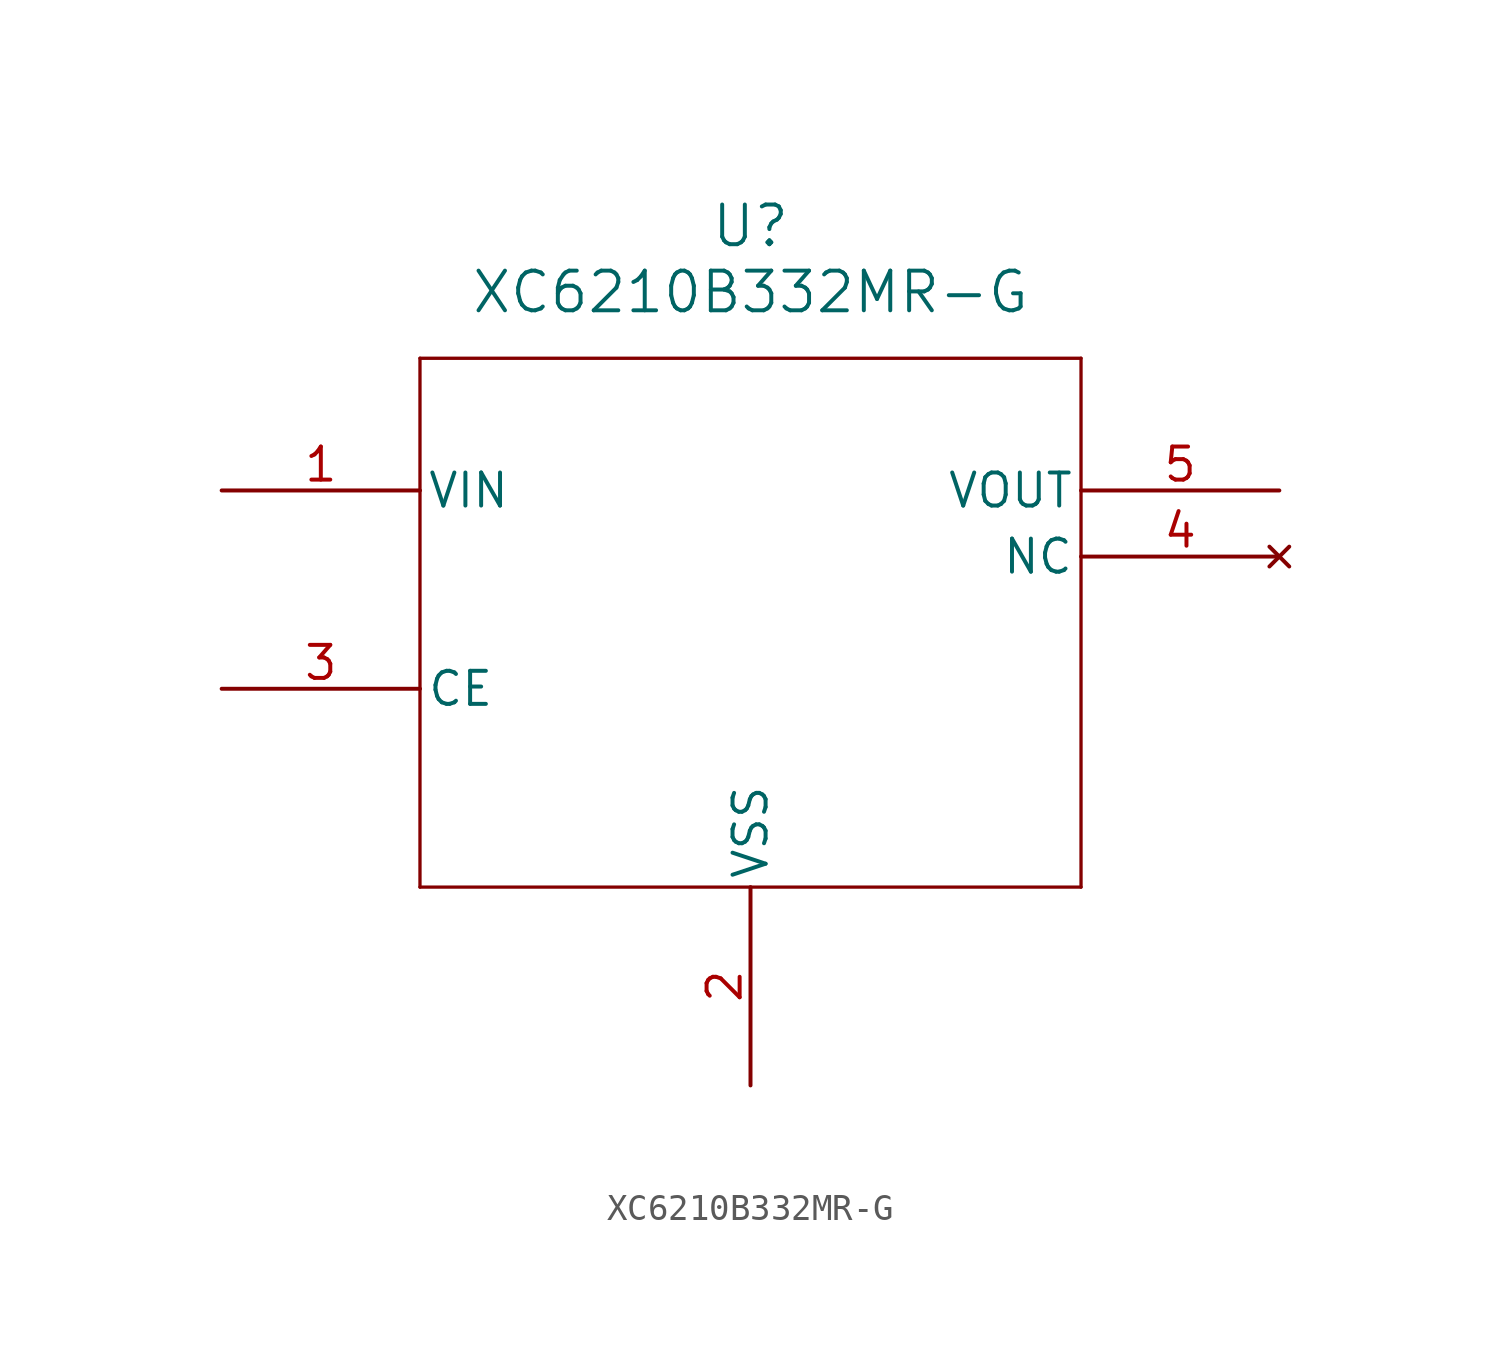
<source format=kicad_sym>
(kicad_symbol_lib
  (version 20220914)
  (generator kicad_symbol_editor)
  (symbol "XC6210B332MR-G"
    (pin_names
      (offset 0.254))
    (property "Reference" "U"
      (at 20.32 10.16 0)
      (effects (font (size 1.524 1.524))))
    (property "Value" "XC6210B332MR-G"
      (at 20.32 7.62 0)
      (effects (font (size 1.524 1.524))))
    (property "ki_locked" ""
      (at 0 0 0)
      (effects (font (size 1.27 1.27))))
    (symbol "XC6210B332MR-G_0_1"
      (polyline (pts (xy 7.62 -15.24) (xy 33.02 -15.24)) (stroke (width 0.127) (type default)) (fill (type none)))
      (polyline (pts (xy 7.62 5.08) (xy 7.62 -15.24)) (stroke (width 0.127) (type default)) (fill (type none)))
      (polyline (pts (xy 33.02 -15.24) (xy 33.02 5.08)) (stroke (width 0.127) (type default)) (fill (type none)))
      (polyline (pts (xy 33.02 5.08) (xy 7.62 5.08)) (stroke (width 0.127) (type default)) (fill (type none)))
      (pin power_in line (at 0 0 0) (length 7.62) (name "VIN" (effects (font (size 1.27 1.27)))) (number "1" (effects (font (size 1.27 1.27)))))
      (pin power_out line (at 20.32 -22.86 90) (length 7.62) (name "VSS" (effects (font (size 1.27 1.27)))) (number "2" (effects (font (size 1.27 1.27)))))
      (pin unspecified line (at 0 -7.62 0) (length 7.62) (name "CE" (effects (font (size 1.27 1.27)))) (number "3" (effects (font (size 1.27 1.27)))))
      (pin no_connect line (at 40.64 -2.54 180) (length 7.62) (name "NC" (effects (font (size 1.27 1.27)))) (number "4" (effects (font (size 1.27 1.27)))))
      (pin output line (at 40.64 0 180) (length 7.62) (name "VOUT" (effects (font (size 1.27 1.27)))) (number "5" (effects (font (size 1.27 1.27))))))))
</source>
